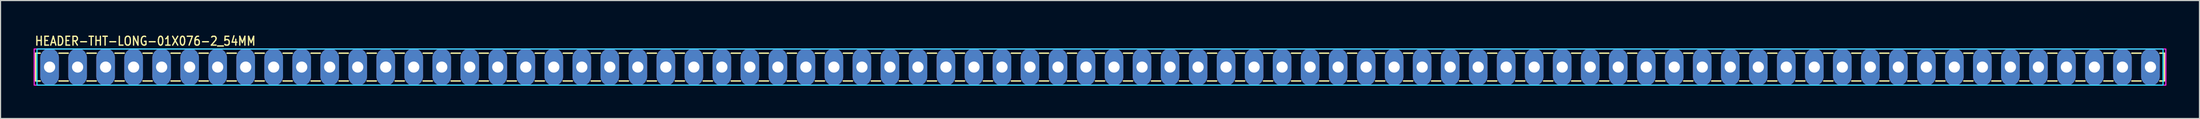
<source format=kicad_pcb>
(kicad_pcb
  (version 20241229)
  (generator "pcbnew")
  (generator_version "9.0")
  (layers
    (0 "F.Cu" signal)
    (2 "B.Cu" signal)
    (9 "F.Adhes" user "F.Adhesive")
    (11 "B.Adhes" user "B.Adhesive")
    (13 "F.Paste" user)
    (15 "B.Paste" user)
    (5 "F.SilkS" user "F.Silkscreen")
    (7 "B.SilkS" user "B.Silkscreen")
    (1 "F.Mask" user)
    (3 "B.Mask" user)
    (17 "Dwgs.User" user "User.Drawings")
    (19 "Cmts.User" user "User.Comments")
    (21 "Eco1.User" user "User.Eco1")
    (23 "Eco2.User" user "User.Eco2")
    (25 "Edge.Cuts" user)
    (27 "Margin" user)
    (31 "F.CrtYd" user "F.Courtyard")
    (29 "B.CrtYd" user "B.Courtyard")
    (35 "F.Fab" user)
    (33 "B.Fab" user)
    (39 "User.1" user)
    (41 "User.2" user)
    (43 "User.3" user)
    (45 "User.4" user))
  (footprint "HEADER-THT-LONG-01X076-2_54MM"
    (layer "F.Cu")
    (at 1.447 3.079)
    (property "Reference" "HEADER-THT-LONG-01X076-2_54MM" (at -1.4 -1.9 0) (unlocked yes) (layer "F.SilkS") (effects (font (size 0.813 0.695) (thickness 0.122)) (justify left bottom)))
    (fp_line (start -1.27 -1.27) (end -1.27 1.27) (stroke (width 0.127) (type solid)) (layer "F.SilkS"))
    (fp_line (start -1.27 1.27) (end -0.85 1.27) (stroke (width 0.127) (type solid)) (layer "F.SilkS"))
    (fp_line (start -0.85 -1.27) (end -1.27 -1.27) (stroke (width 0.127) (type solid)) (layer "F.SilkS"))
    (fp_line (start 0.85 -1.27) (end 1.69 -1.27) (stroke (width 0.127) (type solid)) (layer "F.SilkS"))
    (fp_line (start 0.85 1.27) (end 1.69 1.27) (stroke (width 0.127) (type solid)) (layer "F.SilkS"))
    (fp_line (start 3.39 -1.27) (end 4.23 -1.27) (stroke (width 0.127) (type solid)) (layer "F.SilkS"))
    (fp_line (start 3.39 1.27) (end 4.23 1.27) (stroke (width 0.127) (type solid)) (layer "F.SilkS"))
    (fp_line (start 5.93 -1.27) (end 6.77 -1.27) (stroke (width 0.127) (type solid)) (layer "F.SilkS"))
    (fp_line (start 5.93 1.27) (end 6.77 1.27) (stroke (width 0.127) (type solid)) (layer "F.SilkS"))
    (fp_line (start 8.47 -1.27) (end 9.31 -1.27) (stroke (width 0.127) (type solid)) (layer "F.SilkS"))
    (fp_line (start 8.47 1.27) (end 9.31 1.27) (stroke (width 0.127) (type solid)) (layer "F.SilkS"))
    (fp_line (start 11.01 -1.27) (end 11.85 -1.27) (stroke (width 0.127) (type solid)) (layer "F.SilkS"))
    (fp_line (start 11.01 1.27) (end 11.85 1.27) (stroke (width 0.127) (type solid)) (layer "F.SilkS"))
    (fp_line (start 13.55 -1.27) (end 14.39 -1.27) (stroke (width 0.127) (type solid)) (layer "F.SilkS"))
    (fp_line (start 13.55 1.27) (end 14.39 1.27) (stroke (width 0.127) (type solid)) (layer "F.SilkS"))
    (fp_line (start 16.09 -1.27) (end 16.93 -1.27) (stroke (width 0.127) (type solid)) (layer "F.SilkS"))
    (fp_line (start 16.09 1.27) (end 16.93 1.27) (stroke (width 0.127) (type solid)) (layer "F.SilkS"))
    (fp_line (start 18.63 -1.27) (end 19.47 -1.27) (stroke (width 0.127) (type solid)) (layer "F.SilkS"))
    (fp_line (start 18.63 1.27) (end 19.47 1.27) (stroke (width 0.127) (type solid)) (layer "F.SilkS"))
    (fp_line (start 21.17 -1.27) (end 22.01 -1.27) (stroke (width 0.127) (type solid)) (layer "F.SilkS"))
    (fp_line (start 21.17 1.27) (end 22.01 1.27) (stroke (width 0.127) (type solid)) (layer "F.SilkS"))
    (fp_line (start 23.71 -1.27) (end 24.55 -1.27) (stroke (width 0.127) (type solid)) (layer "F.SilkS"))
    (fp_line (start 23.71 1.27) (end 24.55 1.27) (stroke (width 0.127) (type solid)) (layer "F.SilkS"))
    (fp_line (start 26.25 -1.27) (end 27.09 -1.27) (stroke (width 0.127) (type solid)) (layer "F.SilkS"))
    (fp_line (start 26.25 1.27) (end 27.09 1.27) (stroke (width 0.127) (type solid)) (layer "F.SilkS"))
    (fp_line (start 28.79 -1.27) (end 29.63 -1.27) (stroke (width 0.127) (type solid)) (layer "F.SilkS"))
    (fp_line (start 28.79 1.27) (end 29.63 1.27) (stroke (width 0.127) (type solid)) (layer "F.SilkS"))
    (fp_line (start 31.33 -1.27) (end 32.17 -1.27) (stroke (width 0.127) (type solid)) (layer "F.SilkS"))
    (fp_line (start 31.33 1.27) (end 32.17 1.27) (stroke (width 0.127) (type solid)) (layer "F.SilkS"))
    (fp_line (start 33.87 -1.27) (end 34.71 -1.27) (stroke (width 0.127) (type solid)) (layer "F.SilkS"))
    (fp_line (start 33.87 1.27) (end 34.71 1.27) (stroke (width 0.127) (type solid)) (layer "F.SilkS"))
    (fp_line (start 36.41 -1.27) (end 37.25 -1.27) (stroke (width 0.127) (type solid)) (layer "F.SilkS"))
    (fp_line (start 36.41 1.27) (end 37.25 1.27) (stroke (width 0.127) (type solid)) (layer "F.SilkS"))
    (fp_line (start 38.95 -1.27) (end 39.79 -1.27) (stroke (width 0.127) (type solid)) (layer "F.SilkS"))
    (fp_line (start 38.95 1.27) (end 39.79 1.27) (stroke (width 0.127) (type solid)) (layer "F.SilkS"))
    (fp_line (start 41.49 -1.27) (end 42.33 -1.27) (stroke (width 0.127) (type solid)) (layer "F.SilkS"))
    (fp_line (start 41.49 1.27) (end 42.33 1.27) (stroke (width 0.127) (type solid)) (layer "F.SilkS"))
    (fp_line (start 44.03 -1.27) (end 44.87 -1.27) (stroke (width 0.127) (type solid)) (layer "F.SilkS"))
    (fp_line (start 44.03 1.27) (end 44.87 1.27) (stroke (width 0.127) (type solid)) (layer "F.SilkS"))
    (fp_line (start 46.57 -1.27) (end 47.41 -1.27) (stroke (width 0.127) (type solid)) (layer "F.SilkS"))
    (fp_line (start 46.57 1.27) (end 47.41 1.27) (stroke (width 0.127) (type solid)) (layer "F.SilkS"))
    (fp_line (start 49.11 -1.27) (end 49.95 -1.27) (stroke (width 0.127) (type solid)) (layer "F.SilkS"))
    (fp_line (start 49.11 1.27) (end 49.95 1.27) (stroke (width 0.127) (type solid)) (layer "F.SilkS"))
    (fp_line (start 51.65 -1.27) (end 52.49 -1.27) (stroke (width 0.127) (type solid)) (layer "F.SilkS"))
    (fp_line (start 51.65 1.27) (end 52.49 1.27) (stroke (width 0.127) (type solid)) (layer "F.SilkS"))
    (fp_line (start 54.19 -1.27) (end 55.03 -1.27) (stroke (width 0.127) (type solid)) (layer "F.SilkS"))
    (fp_line (start 54.19 1.27) (end 55.03 1.27) (stroke (width 0.127) (type solid)) (layer "F.SilkS"))
    (fp_line (start 56.73 -1.27) (end 57.57 -1.27) (stroke (width 0.127) (type solid)) (layer "F.SilkS"))
    (fp_line (start 56.73 1.27) (end 57.57 1.27) (stroke (width 0.127) (type solid)) (layer "F.SilkS"))
    (fp_line (start 59.27 -1.27) (end 60.11 -1.27) (stroke (width 0.127) (type solid)) (layer "F.SilkS"))
    (fp_line (start 59.27 1.27) (end 60.11 1.27) (stroke (width 0.127) (type solid)) (layer "F.SilkS"))
    (fp_line (start 61.81 -1.27) (end 62.65 -1.27) (stroke (width 0.127) (type solid)) (layer "F.SilkS"))
    (fp_line (start 61.81 1.27) (end 62.65 1.27) (stroke (width 0.127) (type solid)) (layer "F.SilkS"))
    (fp_line (start 64.35 -1.27) (end 65.19 -1.27) (stroke (width 0.127) (type solid)) (layer "F.SilkS"))
    (fp_line (start 64.35 1.27) (end 65.19 1.27) (stroke (width 0.127) (type solid)) (layer "F.SilkS"))
    (fp_line (start 66.89 -1.27) (end 67.73 -1.27) (stroke (width 0.127) (type solid)) (layer "F.SilkS"))
    (fp_line (start 66.89 1.27) (end 67.73 1.27) (stroke (width 0.127) (type solid)) (layer "F.SilkS"))
    (fp_line (start 69.43 -1.27) (end 70.27 -1.27) (stroke (width 0.127) (type solid)) (layer "F.SilkS"))
    (fp_line (start 69.43 1.27) (end 70.27 1.27) (stroke (width 0.127) (type solid)) (layer "F.SilkS"))
    (fp_line (start 71.97 -1.27) (end 72.81 -1.27) (stroke (width 0.127) (type solid)) (layer "F.SilkS"))
    (fp_line (start 71.97 1.27) (end 72.81 1.27) (stroke (width 0.127) (type solid)) (layer "F.SilkS"))
    (fp_line (start 74.51 -1.27) (end 75.35 -1.27) (stroke (width 0.127) (type solid)) (layer "F.SilkS"))
    (fp_line (start 74.51 1.27) (end 75.35 1.27) (stroke (width 0.127) (type solid)) (layer "F.SilkS"))
    (fp_line (start 77.05 -1.27) (end 77.89 -1.27) (stroke (width 0.127) (type solid)) (layer "F.SilkS"))
    (fp_line (start 77.05 1.27) (end 77.89 1.27) (stroke (width 0.127) (type solid)) (layer "F.SilkS"))
    (fp_line (start 79.59 -1.27) (end 80.43 -1.27) (stroke (width 0.127) (type solid)) (layer "F.SilkS"))
    (fp_line (start 79.59 1.27) (end 80.43 1.27) (stroke (width 0.127) (type solid)) (layer "F.SilkS"))
    (fp_line (start 82.13 -1.27) (end 82.97 -1.27) (stroke (width 0.127) (type solid)) (layer "F.SilkS"))
    (fp_line (start 82.13 1.27) (end 82.97 1.27) (stroke (width 0.127) (type solid)) (layer "F.SilkS"))
    (fp_line (start 84.67 -1.27) (end 85.51 -1.27) (stroke (width 0.127) (type solid)) (layer "F.SilkS"))
    (fp_line (start 84.67 1.27) (end 85.51 1.27) (stroke (width 0.127) (type solid)) (layer "F.SilkS"))
    (fp_line (start 87.21 -1.27) (end 88.05 -1.27) (stroke (width 0.127) (type solid)) (layer "F.SilkS"))
    (fp_line (start 87.21 1.27) (end 88.05 1.27) (stroke (width 0.127) (type solid)) (layer "F.SilkS"))
    (fp_line (start 89.75 -1.27) (end 90.59 -1.27) (stroke (width 0.127) (type solid)) (layer "F.SilkS"))
    (fp_line (start 89.75 1.27) (end 90.59 1.27) (stroke (width 0.127) (type solid)) (layer "F.SilkS"))
    (fp_line (start 92.29 -1.27) (end 93.13 -1.27) (stroke (width 0.127) (type solid)) (layer "F.SilkS"))
    (fp_line (start 92.29 1.27) (end 93.13 1.27) (stroke (width 0.127) (type solid)) (layer "F.SilkS"))
    (fp_line (start 94.83 -1.27) (end 95.67 -1.27) (stroke (width 0.127) (type solid)) (layer "F.SilkS"))
    (fp_line (start 94.83 1.27) (end 95.67 1.27) (stroke (width 0.127) (type solid)) (layer "F.SilkS"))
    (fp_line (start 97.37 -1.27) (end 98.21 -1.27) (stroke (width 0.127) (type solid)) (layer "F.SilkS"))
    (fp_line (start 97.37 1.27) (end 98.21 1.27) (stroke (width 0.127) (type solid)) (layer "F.SilkS"))
    (fp_line (start 99.91 -1.27) (end 100.75 -1.27) (stroke (width 0.127) (type solid)) (layer "F.SilkS"))
    (fp_line (start 99.91 1.27) (end 100.75 1.27) (stroke (width 0.127) (type solid)) (layer "F.SilkS"))
    (fp_line (start 102.45 -1.27) (end 103.29 -1.27) (stroke (width 0.127) (type solid)) (layer "F.SilkS"))
    (fp_line (start 102.45 1.27) (end 103.29 1.27) (stroke (width 0.127) (type solid)) (layer "F.SilkS"))
    (fp_line (start 104.99 -1.27) (end 105.83 -1.27) (stroke (width 0.127) (type solid)) (layer "F.SilkS"))
    (fp_line (start 104.99 1.27) (end 105.83 1.27) (stroke (width 0.127) (type solid)) (layer "F.SilkS"))
    (fp_line (start 107.53 -1.27) (end 108.37 -1.27) (stroke (width 0.127) (type solid)) (layer "F.SilkS"))
    (fp_line (start 107.53 1.27) (end 108.37 1.27) (stroke (width 0.127) (type solid)) (layer "F.SilkS"))
    (fp_line (start 110.07 -1.27) (end 110.91 -1.27) (stroke (width 0.127) (type solid)) (layer "F.SilkS"))
    (fp_line (start 110.07 1.27) (end 110.91 1.27) (stroke (width 0.127) (type solid)) (layer "F.SilkS"))
    (fp_line (start 112.61 -1.27) (end 113.45 -1.27) (stroke (width 0.127) (type solid)) (layer "F.SilkS"))
    (fp_line (start 112.61 1.27) (end 113.45 1.27) (stroke (width 0.127) (type solid)) (layer "F.SilkS"))
    (fp_line (start 115.15 -1.27) (end 115.99 -1.27) (stroke (width 0.127) (type solid)) (layer "F.SilkS"))
    (fp_line (start 115.15 1.27) (end 115.99 1.27) (stroke (width 0.127) (type solid)) (layer "F.SilkS"))
    (fp_line (start 117.69 -1.27) (end 118.53 -1.27) (stroke (width 0.127) (type solid)) (layer "F.SilkS"))
    (fp_line (start 117.69 1.27) (end 118.53 1.27) (stroke (width 0.127) (type solid)) (layer "F.SilkS"))
    (fp_line (start 120.23 -1.27) (end 121.07 -1.27) (stroke (width 0.127) (type solid)) (layer "F.SilkS"))
    (fp_line (start 120.23 1.27) (end 121.07 1.27) (stroke (width 0.127) (type solid)) (layer "F.SilkS"))
    (fp_line (start 122.77 -1.27) (end 123.61 -1.27) (stroke (width 0.127) (type solid)) (layer "F.SilkS"))
    (fp_line (start 122.77 1.27) (end 123.61 1.27) (stroke (width 0.127) (type solid)) (layer "F.SilkS"))
    (fp_line (start 125.31 -1.27) (end 126.15 -1.27) (stroke (width 0.127) (type solid)) (layer "F.SilkS"))
    (fp_line (start 125.31 1.27) (end 126.15 1.27) (stroke (width 0.127) (type solid)) (layer "F.SilkS"))
    (fp_line (start 127.85 -1.27) (end 128.69 -1.27) (stroke (width 0.127) (type solid)) (layer "F.SilkS"))
    (fp_line (start 127.85 1.27) (end 128.69 1.27) (stroke (width 0.127) (type solid)) (layer "F.SilkS"))
    (fp_line (start 130.39 -1.27) (end 131.23 -1.27) (stroke (width 0.127) (type solid)) (layer "F.SilkS"))
    (fp_line (start 130.39 1.27) (end 131.23 1.27) (stroke (width 0.127) (type solid)) (layer "F.SilkS"))
    (fp_line (start 132.93 -1.27) (end 133.77 -1.27) (stroke (width 0.127) (type solid)) (layer "F.SilkS"))
    (fp_line (start 132.93 1.27) (end 133.77 1.27) (stroke (width 0.127) (type solid)) (layer "F.SilkS"))
    (fp_line (start 135.47 -1.27) (end 136.31 -1.27) (stroke (width 0.127) (type solid)) (layer "F.SilkS"))
    (fp_line (start 135.47 1.27) (end 136.31 1.27) (stroke (width 0.127) (type solid)) (layer "F.SilkS"))
    (fp_line (start 138.01 -1.27) (end 138.85 -1.27) (stroke (width 0.127) (type solid)) (layer "F.SilkS"))
    (fp_line (start 138.01 1.27) (end 138.85 1.27) (stroke (width 0.127) (type solid)) (layer "F.SilkS"))
    (fp_line (start 140.55 -1.27) (end 141.39 -1.27) (stroke (width 0.127) (type solid)) (layer "F.SilkS"))
    (fp_line (start 140.55 1.27) (end 141.39 1.27) (stroke (width 0.127) (type solid)) (layer "F.SilkS"))
    (fp_line (start 143.09 -1.27) (end 143.93 -1.27) (stroke (width 0.127) (type solid)) (layer "F.SilkS"))
    (fp_line (start 143.09 1.27) (end 143.93 1.27) (stroke (width 0.127) (type solid)) (layer "F.SilkS"))
    (fp_line (start 145.63 -1.27) (end 146.47 -1.27) (stroke (width 0.127) (type solid)) (layer "F.SilkS"))
    (fp_line (start 145.63 1.27) (end 146.47 1.27) (stroke (width 0.127) (type solid)) (layer "F.SilkS"))
    (fp_line (start 148.17 -1.27) (end 149.01 -1.27) (stroke (width 0.127) (type solid)) (layer "F.SilkS"))
    (fp_line (start 148.17 1.27) (end 149.01 1.27) (stroke (width 0.127) (type solid)) (layer "F.SilkS"))
    (fp_line (start 150.71 -1.27) (end 151.55 -1.27) (stroke (width 0.127) (type solid)) (layer "F.SilkS"))
    (fp_line (start 150.71 1.27) (end 151.55 1.27) (stroke (width 0.127) (type solid)) (layer "F.SilkS"))
    (fp_line (start 153.25 -1.27) (end 154.09 -1.27) (stroke (width 0.127) (type solid)) (layer "F.SilkS"))
    (fp_line (start 153.25 1.27) (end 154.09 1.27) (stroke (width 0.127) (type solid)) (layer "F.SilkS"))
    (fp_line (start 155.79 -1.27) (end 156.63 -1.27) (stroke (width 0.127) (type solid)) (layer "F.SilkS"))
    (fp_line (start 155.79 1.27) (end 156.63 1.27) (stroke (width 0.127) (type solid)) (layer "F.SilkS"))
    (fp_line (start 158.33 -1.27) (end 159.17 -1.27) (stroke (width 0.127) (type solid)) (layer "F.SilkS"))
    (fp_line (start 158.33 1.27) (end 159.17 1.27) (stroke (width 0.127) (type solid)) (layer "F.SilkS"))
    (fp_line (start 160.87 -1.27) (end 161.71 -1.27) (stroke (width 0.127) (type solid)) (layer "F.SilkS"))
    (fp_line (start 160.87 1.27) (end 161.71 1.27) (stroke (width 0.127) (type solid)) (layer "F.SilkS"))
    (fp_line (start 163.41 -1.27) (end 164.25 -1.27) (stroke (width 0.127) (type solid)) (layer "F.SilkS"))
    (fp_line (start 163.41 1.27) (end 164.25 1.27) (stroke (width 0.127) (type solid)) (layer "F.SilkS"))
    (fp_line (start 165.95 -1.27) (end 166.79 -1.27) (stroke (width 0.127) (type solid)) (layer "F.SilkS"))
    (fp_line (start 165.95 1.27) (end 166.79 1.27) (stroke (width 0.127) (type solid)) (layer "F.SilkS"))
    (fp_line (start 168.49 -1.27) (end 169.33 -1.27) (stroke (width 0.127) (type solid)) (layer "F.SilkS"))
    (fp_line (start 168.49 1.27) (end 169.33 1.27) (stroke (width 0.127) (type solid)) (layer "F.SilkS"))
    (fp_line (start 171.03 -1.27) (end 171.87 -1.27) (stroke (width 0.127) (type solid)) (layer "F.SilkS"))
    (fp_line (start 171.03 1.27) (end 171.87 1.27) (stroke (width 0.127) (type solid)) (layer "F.SilkS"))
    (fp_line (start 173.57 -1.27) (end 174.41 -1.27) (stroke (width 0.127) (type solid)) (layer "F.SilkS"))
    (fp_line (start 173.57 1.27) (end 174.41 1.27) (stroke (width 0.127) (type solid)) (layer "F.SilkS"))
    (fp_line (start 176.11 -1.27) (end 176.95 -1.27) (stroke (width 0.127) (type solid)) (layer "F.SilkS"))
    (fp_line (start 176.11 1.27) (end 176.95 1.27) (stroke (width 0.127) (type solid)) (layer "F.SilkS"))
    (fp_line (start 178.65 -1.27) (end 179.49 -1.27) (stroke (width 0.127) (type solid)) (layer "F.SilkS"))
    (fp_line (start 178.65 1.27) (end 179.49 1.27) (stroke (width 0.127) (type solid)) (layer "F.SilkS"))
    (fp_line (start 181.19 -1.27) (end 182.03 -1.27) (stroke (width 0.127) (type solid)) (layer "F.SilkS"))
    (fp_line (start 181.19 1.27) (end 182.03 1.27) (stroke (width 0.127) (type solid)) (layer "F.SilkS"))
    (fp_line (start 183.73 -1.27) (end 184.57 -1.27) (stroke (width 0.127) (type solid)) (layer "F.SilkS"))
    (fp_line (start 183.73 1.27) (end 184.57 1.27) (stroke (width 0.127) (type solid)) (layer "F.SilkS"))
    (fp_line (start 186.27 -1.27) (end 187.11 -1.27) (stroke (width 0.127) (type solid)) (layer "F.SilkS"))
    (fp_line (start 186.27 1.27) (end 187.11 1.27) (stroke (width 0.127) (type solid)) (layer "F.SilkS"))
    (fp_line (start 188.81 -1.27) (end 189.65 -1.27) (stroke (width 0.127) (type solid)) (layer "F.SilkS"))
    (fp_line (start 188.81 1.27) (end 189.65 1.27) (stroke (width 0.127) (type solid)) (layer "F.SilkS"))
    (fp_line (start 191.35 -1.27) (end 191.77 -1.27) (stroke (width 0.127) (type solid)) (layer "F.SilkS"))
    (fp_line (start 191.77 -1.27) (end 191.77 1.27) (stroke (width 0.127) (type solid)) (layer "F.SilkS"))
    (fp_line (start 191.77 1.27) (end 191.35 1.27) (stroke (width 0.127) (type solid)) (layer "F.SilkS"))
    (fp_poly (pts (xy -1.143 -1.651) (xy 191.643 -1.651) (xy 191.643 1.651) (xy -1.143 1.651)) (stroke (width 0.1) (type solid)) (fill no) (layer "B.CrtYd"))
    (fp_poly (pts (xy -1.397 -1.651) (xy 191.897 -1.651) (xy 191.897 1.651) (xy -1.397 1.651)) (stroke (width 0.1) (type solid)) (fill no) (layer "F.CrtYd"))
    (pad "1" thru_hole oval (at 0 0 90) (size 3.387 1.693) (drill 1.016) (layers "*.Cu" "*.Mask"))
    (pad "2" thru_hole oval (at 2.54 0 90) (size 3.387 1.693) (drill 1.016) (layers "*.Cu" "*.Mask"))
    (pad "3" thru_hole oval (at 5.08 0 90) (size 3.387 1.693) (drill 1.016) (layers "*.Cu" "*.Mask"))
    (pad "4" thru_hole oval (at 7.62 0 90) (size 3.387 1.693) (drill 1.016) (layers "*.Cu" "*.Mask"))
    (pad "5" thru_hole oval (at 10.16 0 90) (size 3.387 1.693) (drill 1.016) (layers "*.Cu" "*.Mask"))
    (pad "6" thru_hole oval (at 12.7 0 90) (size 3.387 1.693) (drill 1.016) (layers "*.Cu" "*.Mask"))
    (pad "7" thru_hole oval (at 15.24 0 90) (size 3.387 1.693) (drill 1.016) (layers "*.Cu" "*.Mask"))
    (pad "8" thru_hole oval (at 17.78 0 90) (size 3.387 1.693) (drill 1.016) (layers "*.Cu" "*.Mask"))
    (pad "9" thru_hole oval (at 20.32 0 90) (size 3.387 1.693) (drill 1.016) (layers "*.Cu" "*.Mask"))
    (pad "10" thru_hole oval (at 22.86 0 90) (size 3.387 1.693) (drill 1.016) (layers "*.Cu" "*.Mask"))
    (pad "11" thru_hole oval (at 25.4 0 90) (size 3.387 1.693) (drill 1.016) (layers "*.Cu" "*.Mask"))
    (pad "12" thru_hole oval (at 27.94 0 90) (size 3.387 1.693) (drill 1.016) (layers "*.Cu" "*.Mask"))
    (pad "13" thru_hole oval (at 30.48 0 90) (size 3.387 1.693) (drill 1.016) (layers "*.Cu" "*.Mask"))
    (pad "14" thru_hole oval (at 33.02 0 90) (size 3.387 1.693) (drill 1.016) (layers "*.Cu" "*.Mask"))
    (pad "15" thru_hole oval (at 35.56 0 90) (size 3.387 1.693) (drill 1.016) (layers "*.Cu" "*.Mask"))
    (pad "16" thru_hole oval (at 38.1 0 90) (size 3.387 1.693) (drill 1.016) (layers "*.Cu" "*.Mask"))
    (pad "17" thru_hole oval (at 40.64 0 90) (size 3.387 1.693) (drill 1.016) (layers "*.Cu" "*.Mask"))
    (pad "18" thru_hole oval (at 43.18 0 90) (size 3.387 1.693) (drill 1.016) (layers "*.Cu" "*.Mask"))
    (pad "19" thru_hole oval (at 45.72 0 90) (size 3.387 1.693) (drill 1.016) (layers "*.Cu" "*.Mask"))
    (pad "20" thru_hole oval (at 48.26 0 90) (size 3.387 1.693) (drill 1.016) (layers "*.Cu" "*.Mask"))
    (pad "21" thru_hole oval (at 50.8 0 90) (size 3.387 1.693) (drill 1.016) (layers "*.Cu" "*.Mask"))
    (pad "22" thru_hole oval (at 53.34 0 90) (size 3.387 1.693) (drill 1.016) (layers "*.Cu" "*.Mask"))
    (pad "23" thru_hole oval (at 55.88 0 90) (size 3.387 1.693) (drill 1.016) (layers "*.Cu" "*.Mask"))
    (pad "24" thru_hole oval (at 58.42 0 90) (size 3.387 1.693) (drill 1.016) (layers "*.Cu" "*.Mask"))
    (pad "25" thru_hole oval (at 60.96 0 90) (size 3.387 1.693) (drill 1.016) (layers "*.Cu" "*.Mask"))
    (pad "26" thru_hole oval (at 63.5 0 90) (size 3.387 1.693) (drill 1.016) (layers "*.Cu" "*.Mask"))
    (pad "27" thru_hole oval (at 66.04 0 90) (size 3.387 1.693) (drill 1.016) (layers "*.Cu" "*.Mask"))
    (pad "28" thru_hole oval (at 68.58 0 90) (size 3.387 1.693) (drill 1.016) (layers "*.Cu" "*.Mask"))
    (pad "29" thru_hole oval (at 71.12 0 90) (size 3.387 1.693) (drill 1.016) (layers "*.Cu" "*.Mask"))
    (pad "30" thru_hole oval (at 73.66 0 90) (size 3.387 1.693) (drill 1.016) (layers "*.Cu" "*.Mask"))
    (pad "31" thru_hole oval (at 76.2 0 90) (size 3.387 1.693) (drill 1.016) (layers "*.Cu" "*.Mask"))
    (pad "32" thru_hole oval (at 78.74 0 90) (size 3.387 1.693) (drill 1.016) (layers "*.Cu" "*.Mask"))
    (pad "33" thru_hole oval (at 81.28 0 90) (size 3.387 1.693) (drill 1.016) (layers "*.Cu" "*.Mask"))
    (pad "34" thru_hole oval (at 83.82 0 90) (size 3.387 1.693) (drill 1.016) (layers "*.Cu" "*.Mask"))
    (pad "35" thru_hole oval (at 86.36 0 90) (size 3.387 1.693) (drill 1.016) (layers "*.Cu" "*.Mask"))
    (pad "36" thru_hole oval (at 88.9 0 90) (size 3.387 1.693) (drill 1.016) (layers "*.Cu" "*.Mask"))
    (pad "37" thru_hole oval (at 91.44 0 90) (size 3.387 1.693) (drill 1.016) (layers "*.Cu" "*.Mask"))
    (pad "38" thru_hole oval (at 93.98 0 90) (size 3.387 1.693) (drill 1.016) (layers "*.Cu" "*.Mask"))
    (pad "39" thru_hole oval (at 96.52 0 90) (size 3.387 1.693) (drill 1.016) (layers "*.Cu" "*.Mask"))
    (pad "40" thru_hole oval (at 99.06 0 90) (size 3.387 1.693) (drill 1.016) (layers "*.Cu" "*.Mask"))
    (pad "41" thru_hole oval (at 101.6 0 90) (size 3.387 1.693) (drill 1.016) (layers "*.Cu" "*.Mask"))
    (pad "42" thru_hole oval (at 104.14 0 90) (size 3.387 1.693) (drill 1.016) (layers "*.Cu" "*.Mask"))
    (pad "43" thru_hole oval (at 106.68 0 90) (size 3.387 1.693) (drill 1.016) (layers "*.Cu" "*.Mask"))
    (pad "44" thru_hole oval (at 109.22 0 90) (size 3.387 1.693) (drill 1.016) (layers "*.Cu" "*.Mask"))
    (pad "45" thru_hole oval (at 111.76 0 90) (size 3.387 1.693) (drill 1.016) (layers "*.Cu" "*.Mask"))
    (pad "46" thru_hole oval (at 114.3 0 90) (size 3.387 1.693) (drill 1.016) (layers "*.Cu" "*.Mask"))
    (pad "47" thru_hole oval (at 116.84 0 90) (size 3.387 1.693) (drill 1.016) (layers "*.Cu" "*.Mask"))
    (pad "48" thru_hole oval (at 119.38 0 90) (size 3.387 1.693) (drill 1.016) (layers "*.Cu" "*.Mask"))
    (pad "49" thru_hole oval (at 121.92 0 90) (size 3.387 1.693) (drill 1.016) (layers "*.Cu" "*.Mask"))
    (pad "50" thru_hole oval (at 124.46 0 90) (size 3.387 1.693) (drill 1.016) (layers "*.Cu" "*.Mask"))
    (pad "51" thru_hole oval (at 127 0 90) (size 3.387 1.693) (drill 1.016) (layers "*.Cu" "*.Mask"))
    (pad "52" thru_hole oval (at 129.54 0 90) (size 3.387 1.693) (drill 1.016) (layers "*.Cu" "*.Mask"))
    (pad "53" thru_hole oval (at 132.08 0 90) (size 3.387 1.693) (drill 1.016) (layers "*.Cu" "*.Mask"))
    (pad "54" thru_hole oval (at 134.62 0 90) (size 3.387 1.693) (drill 1.016) (layers "*.Cu" "*.Mask"))
    (pad "55" thru_hole oval (at 137.16 0 90) (size 3.387 1.693) (drill 1.016) (layers "*.Cu" "*.Mask"))
    (pad "56" thru_hole oval (at 139.7 0 90) (size 3.387 1.693) (drill 1.016) (layers "*.Cu" "*.Mask"))
    (pad "57" thru_hole oval (at 142.24 0 90) (size 3.387 1.693) (drill 1.016) (layers "*.Cu" "*.Mask"))
    (pad "58" thru_hole oval (at 144.78 0 90) (size 3.387 1.693) (drill 1.016) (layers "*.Cu" "*.Mask"))
    (pad "59" thru_hole oval (at 147.32 0 90) (size 3.387 1.693) (drill 1.016) (layers "*.Cu" "*.Mask"))
    (pad "60" thru_hole oval (at 149.86 0 90) (size 3.387 1.693) (drill 1.016) (layers "*.Cu" "*.Mask"))
    (pad "61" thru_hole oval (at 152.4 0 90) (size 3.387 1.693) (drill 1.016) (layers "*.Cu" "*.Mask"))
    (pad "62" thru_hole oval (at 154.94 0 90) (size 3.387 1.693) (drill 1.016) (layers "*.Cu" "*.Mask"))
    (pad "63" thru_hole oval (at 157.48 0 90) (size 3.387 1.693) (drill 1.016) (layers "*.Cu" "*.Mask"))
    (pad "64" thru_hole oval (at 160.02 0 90) (size 3.387 1.693) (drill 1.016) (layers "*.Cu" "*.Mask"))
    (pad "65" thru_hole oval (at 162.56 0 90) (size 3.387 1.693) (drill 1.016) (layers "*.Cu" "*.Mask"))
    (pad "66" thru_hole oval (at 165.1 0 90) (size 3.387 1.693) (drill 1.016) (layers "*.Cu" "*.Mask"))
    (pad "67" thru_hole oval (at 167.64 0 90) (size 3.387 1.693) (drill 1.016) (layers "*.Cu" "*.Mask"))
    (pad "68" thru_hole oval (at 170.18 0 90) (size 3.387 1.693) (drill 1.016) (layers "*.Cu" "*.Mask"))
    (pad "69" thru_hole oval (at 172.72 0 90) (size 3.387 1.693) (drill 1.016) (layers "*.Cu" "*.Mask"))
    (pad "70" thru_hole oval (at 175.26 0 90) (size 3.387 1.693) (drill 1.016) (layers "*.Cu" "*.Mask"))
    (pad "71" thru_hole oval (at 177.8 0 90) (size 3.387 1.693) (drill 1.016) (layers "*.Cu" "*.Mask"))
    (pad "72" thru_hole oval (at 180.34 0 90) (size 3.387 1.693) (drill 1.016) (layers "*.Cu" "*.Mask"))
    (pad "73" thru_hole oval (at 182.88 0 90) (size 3.387 1.693) (drill 1.016) (layers "*.Cu" "*.Mask"))
    (pad "74" thru_hole oval (at 185.42 0 90) (size 3.387 1.693) (drill 1.016) (layers "*.Cu" "*.Mask"))
    (pad "75" thru_hole oval (at 187.96 0 90) (size 3.387 1.693) (drill 1.016) (layers "*.Cu" "*.Mask"))
    (pad "76" thru_hole oval (at 190.5 0 90) (size 3.387 1.693) (drill 1.016) (layers "*.Cu" "*.Mask")))
  (gr_rect
    (start -3 -3)
    (end 196.394 7.78)
    (stroke (width 0.1) (type default))
    (fill no)
    (layer "Edge.Cuts")))
</source>
